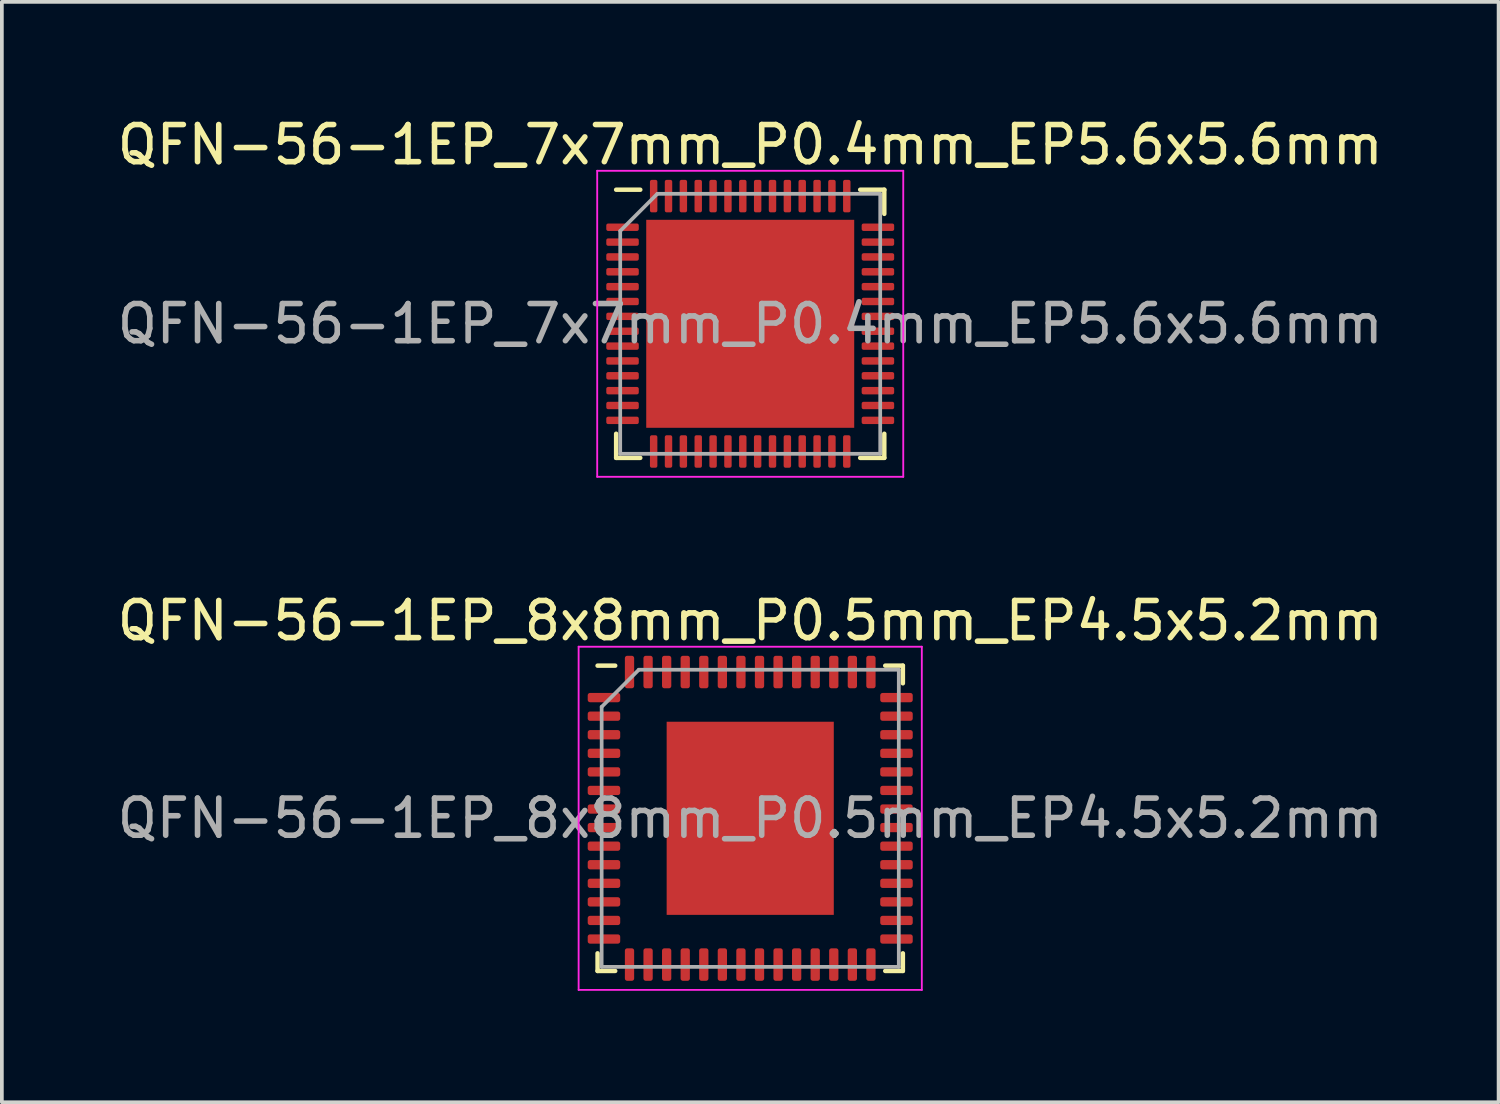
<source format=kicad_pcb>
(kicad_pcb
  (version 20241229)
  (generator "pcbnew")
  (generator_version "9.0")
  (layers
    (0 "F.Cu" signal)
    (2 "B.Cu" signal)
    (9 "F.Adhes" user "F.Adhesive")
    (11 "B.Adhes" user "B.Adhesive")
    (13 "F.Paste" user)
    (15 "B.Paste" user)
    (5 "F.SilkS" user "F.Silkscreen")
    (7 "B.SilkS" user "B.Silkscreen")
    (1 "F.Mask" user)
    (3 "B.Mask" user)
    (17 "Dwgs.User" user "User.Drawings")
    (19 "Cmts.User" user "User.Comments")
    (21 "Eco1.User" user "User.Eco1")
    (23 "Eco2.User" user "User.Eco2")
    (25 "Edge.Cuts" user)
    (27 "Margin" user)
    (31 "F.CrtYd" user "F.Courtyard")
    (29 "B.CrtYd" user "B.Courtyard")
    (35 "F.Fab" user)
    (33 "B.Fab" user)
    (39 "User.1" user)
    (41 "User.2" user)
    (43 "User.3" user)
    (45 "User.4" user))
  (footprint "QFN-56-1EP_8x8mm_P0.5mm_EP4.5x5.2mm"
    (layer "F.Cu")
    (at 17.149 18.982)
    (property "Reference" "QFN-56-1EP_8x8mm_P0.5mm_EP4.5x5.2mm" (at 0 -5.32 0) (layer "F.SilkS") (effects (font (size 1 1) (thickness 0.15))))
    (attr smd)
    (fp_line (start -4.11 4.11) (end -4.11 3.635) (stroke (width 0.12) (type solid)) (layer "F.SilkS"))
    (fp_line (start -3.635 -4.11) (end -4.11 -4.11) (stroke (width 0.12) (type solid)) (layer "F.SilkS"))
    (fp_line (start -3.635 4.11) (end -4.11 4.11) (stroke (width 0.12) (type solid)) (layer "F.SilkS"))
    (fp_line (start 3.635 -4.11) (end 4.11 -4.11) (stroke (width 0.12) (type solid)) (layer "F.SilkS"))
    (fp_line (start 3.635 4.11) (end 4.11 4.11) (stroke (width 0.12) (type solid)) (layer "F.SilkS"))
    (fp_line (start 4.11 -4.11) (end 4.11 -3.635) (stroke (width 0.12) (type solid)) (layer "F.SilkS"))
    (fp_line (start 4.11 4.11) (end 4.11 3.635) (stroke (width 0.12) (type solid)) (layer "F.SilkS"))
    (fp_line (start -4.62 -4.62) (end -4.62 4.62) (stroke (width 0.05) (type solid)) (layer "F.CrtYd"))
    (fp_line (start -4.62 4.62) (end 4.62 4.62) (stroke (width 0.05) (type solid)) (layer "F.CrtYd"))
    (fp_line (start 4.62 -4.62) (end -4.62 -4.62) (stroke (width 0.05) (type solid)) (layer "F.CrtYd"))
    (fp_line (start 4.62 4.62) (end 4.62 -4.62) (stroke (width 0.05) (type solid)) (layer "F.CrtYd"))
    (fp_line (start -4 -3) (end -3 -4) (stroke (width 0.1) (type solid)) (layer "F.Fab"))
    (fp_line (start -4 4) (end -4 -3) (stroke (width 0.1) (type solid)) (layer "F.Fab"))
    (fp_line (start -3 -4) (end 4 -4) (stroke (width 0.1) (type solid)) (layer "F.Fab"))
    (fp_line (start 4 -4) (end 4 4) (stroke (width 0.1) (type solid)) (layer "F.Fab"))
    (fp_line (start 4 4) (end -4 4) (stroke (width 0.1) (type solid)) (layer "F.Fab"))
    (fp_text user "${REFERENCE}" (at 0 0 0) (layer "F.Fab") (effects (font (size 1 1) (thickness 0.15))))
    (pad "" smd roundrect (at -1.68 -1.95) (size 0.91 1.05) (layers "F.Paste") (roundrect_rratio 0.25))
    (pad "" smd roundrect (at -1.68 -0.65) (size 0.91 1.05) (layers "F.Paste") (roundrect_rratio 0.25))
    (pad "" smd roundrect (at -1.68 0.65) (size 0.91 1.05) (layers "F.Paste") (roundrect_rratio 0.25))
    (pad "" smd roundrect (at -1.68 1.95) (size 0.91 1.05) (layers "F.Paste") (roundrect_rratio 0.25))
    (pad "" smd roundrect (at -0.56 -1.95) (size 0.91 1.05) (layers "F.Paste") (roundrect_rratio 0.25))
    (pad "" smd roundrect (at -0.56 -0.65) (size 0.91 1.05) (layers "F.Paste") (roundrect_rratio 0.25))
    (pad "" smd roundrect (at -0.56 0.65) (size 0.91 1.05) (layers "F.Paste") (roundrect_rratio 0.25))
    (pad "" smd roundrect (at -0.56 1.95) (size 0.91 1.05) (layers "F.Paste") (roundrect_rratio 0.25))
    (pad "" smd roundrect (at 0.56 -1.95) (size 0.91 1.05) (layers "F.Paste") (roundrect_rratio 0.25))
    (pad "" smd roundrect (at 0.56 -0.65) (size 0.91 1.05) (layers "F.Paste") (roundrect_rratio 0.25))
    (pad "" smd roundrect (at 0.56 0.65) (size 0.91 1.05) (layers "F.Paste") (roundrect_rratio 0.25))
    (pad "" smd roundrect (at 0.56 1.95) (size 0.91 1.05) (layers "F.Paste") (roundrect_rratio 0.25))
    (pad "" smd roundrect (at 1.68 -1.95) (size 0.91 1.05) (layers "F.Paste") (roundrect_rratio 0.25))
    (pad "" smd roundrect (at 1.68 -0.65) (size 0.91 1.05) (layers "F.Paste") (roundrect_rratio 0.25))
    (pad "" smd roundrect (at 1.68 0.65) (size 0.91 1.05) (layers "F.Paste") (roundrect_rratio 0.25))
    (pad "" smd roundrect (at 1.68 1.95) (size 0.91 1.05) (layers "F.Paste") (roundrect_rratio 0.25))
    (pad "1" smd roundrect (at -3.938 -3.25) (size 0.875 0.25) (layers "F.Cu" "F.Mask" "F.Paste") (roundrect_rratio 0.25))
    (pad "2" smd roundrect (at -3.938 -2.75) (size 0.875 0.25) (layers "F.Cu" "F.Mask" "F.Paste") (roundrect_rratio 0.25))
    (pad "3" smd roundrect (at -3.938 -2.25) (size 0.875 0.25) (layers "F.Cu" "F.Mask" "F.Paste") (roundrect_rratio 0.25))
    (pad "4" smd roundrect (at -3.938 -1.75) (size 0.875 0.25) (layers "F.Cu" "F.Mask" "F.Paste") (roundrect_rratio 0.25))
    (pad "5" smd roundrect (at -3.938 -1.25) (size 0.875 0.25) (layers "F.Cu" "F.Mask" "F.Paste") (roundrect_rratio 0.25))
    (pad "6" smd roundrect (at -3.938 -0.75) (size 0.875 0.25) (layers "F.Cu" "F.Mask" "F.Paste") (roundrect_rratio 0.25))
    (pad "7" smd roundrect (at -3.938 -0.25) (size 0.875 0.25) (layers "F.Cu" "F.Mask" "F.Paste") (roundrect_rratio 0.25))
    (pad "8" smd roundrect (at -3.938 0.25) (size 0.875 0.25) (layers "F.Cu" "F.Mask" "F.Paste") (roundrect_rratio 0.25))
    (pad "9" smd roundrect (at -3.938 0.75) (size 0.875 0.25) (layers "F.Cu" "F.Mask" "F.Paste") (roundrect_rratio 0.25))
    (pad "10" smd roundrect (at -3.938 1.25) (size 0.875 0.25) (layers "F.Cu" "F.Mask" "F.Paste") (roundrect_rratio 0.25))
    (pad "11" smd roundrect (at -3.938 1.75) (size 0.875 0.25) (layers "F.Cu" "F.Mask" "F.Paste") (roundrect_rratio 0.25))
    (pad "12" smd roundrect (at -3.938 2.25) (size 0.875 0.25) (layers "F.Cu" "F.Mask" "F.Paste") (roundrect_rratio 0.25))
    (pad "13" smd roundrect (at -3.938 2.75) (size 0.875 0.25) (layers "F.Cu" "F.Mask" "F.Paste") (roundrect_rratio 0.25))
    (pad "14" smd roundrect (at -3.938 3.25) (size 0.875 0.25) (layers "F.Cu" "F.Mask" "F.Paste") (roundrect_rratio 0.25))
    (pad "15" smd roundrect (at -3.25 3.938) (size 0.25 0.875) (layers "F.Cu" "F.Mask" "F.Paste") (roundrect_rratio 0.25))
    (pad "16" smd roundrect (at -2.75 3.938) (size 0.25 0.875) (layers "F.Cu" "F.Mask" "F.Paste") (roundrect_rratio 0.25))
    (pad "17" smd roundrect (at -2.25 3.938) (size 0.25 0.875) (layers "F.Cu" "F.Mask" "F.Paste") (roundrect_rratio 0.25))
    (pad "18" smd roundrect (at -1.75 3.938) (size 0.25 0.875) (layers "F.Cu" "F.Mask" "F.Paste") (roundrect_rratio 0.25))
    (pad "19" smd roundrect (at -1.25 3.938) (size 0.25 0.875) (layers "F.Cu" "F.Mask" "F.Paste") (roundrect_rratio 0.25))
    (pad "20" smd roundrect (at -0.75 3.938) (size 0.25 0.875) (layers "F.Cu" "F.Mask" "F.Paste") (roundrect_rratio 0.25))
    (pad "21" smd roundrect (at -0.25 3.938) (size 0.25 0.875) (layers "F.Cu" "F.Mask" "F.Paste") (roundrect_rratio 0.25))
    (pad "22" smd roundrect (at 0.25 3.938) (size 0.25 0.875) (layers "F.Cu" "F.Mask" "F.Paste") (roundrect_rratio 0.25))
    (pad "23" smd roundrect (at 0.75 3.938) (size 0.25 0.875) (layers "F.Cu" "F.Mask" "F.Paste") (roundrect_rratio 0.25))
    (pad "24" smd roundrect (at 1.25 3.938) (size 0.25 0.875) (layers "F.Cu" "F.Mask" "F.Paste") (roundrect_rratio 0.25))
    (pad "25" smd roundrect (at 1.75 3.938) (size 0.25 0.875) (layers "F.Cu" "F.Mask" "F.Paste") (roundrect_rratio 0.25))
    (pad "26" smd roundrect (at 2.25 3.938) (size 0.25 0.875) (layers "F.Cu" "F.Mask" "F.Paste") (roundrect_rratio 0.25))
    (pad "27" smd roundrect (at 2.75 3.938) (size 0.25 0.875) (layers "F.Cu" "F.Mask" "F.Paste") (roundrect_rratio 0.25))
    (pad "28" smd roundrect (at 3.25 3.938) (size 0.25 0.875) (layers "F.Cu" "F.Mask" "F.Paste") (roundrect_rratio 0.25))
    (pad "29" smd roundrect (at 3.938 3.25) (size 0.875 0.25) (layers "F.Cu" "F.Mask" "F.Paste") (roundrect_rratio 0.25))
    (pad "30" smd roundrect (at 3.938 2.75) (size 0.875 0.25) (layers "F.Cu" "F.Mask" "F.Paste") (roundrect_rratio 0.25))
    (pad "31" smd roundrect (at 3.938 2.25) (size 0.875 0.25) (layers "F.Cu" "F.Mask" "F.Paste") (roundrect_rratio 0.25))
    (pad "32" smd roundrect (at 3.938 1.75) (size 0.875 0.25) (layers "F.Cu" "F.Mask" "F.Paste") (roundrect_rratio 0.25))
    (pad "33" smd roundrect (at 3.938 1.25) (size 0.875 0.25) (layers "F.Cu" "F.Mask" "F.Paste") (roundrect_rratio 0.25))
    (pad "34" smd roundrect (at 3.938 0.75) (size 0.875 0.25) (layers "F.Cu" "F.Mask" "F.Paste") (roundrect_rratio 0.25))
    (pad "35" smd roundrect (at 3.938 0.25) (size 0.875 0.25) (layers "F.Cu" "F.Mask" "F.Paste") (roundrect_rratio 0.25))
    (pad "36" smd roundrect (at 3.938 -0.25) (size 0.875 0.25) (layers "F.Cu" "F.Mask" "F.Paste") (roundrect_rratio 0.25))
    (pad "37" smd roundrect (at 3.938 -0.75) (size 0.875 0.25) (layers "F.Cu" "F.Mask" "F.Paste") (roundrect_rratio 0.25))
    (pad "38" smd roundrect (at 3.938 -1.25) (size 0.875 0.25) (layers "F.Cu" "F.Mask" "F.Paste") (roundrect_rratio 0.25))
    (pad "39" smd roundrect (at 3.938 -1.75) (size 0.875 0.25) (layers "F.Cu" "F.Mask" "F.Paste") (roundrect_rratio 0.25))
    (pad "40" smd roundrect (at 3.938 -2.25) (size 0.875 0.25) (layers "F.Cu" "F.Mask" "F.Paste") (roundrect_rratio 0.25))
    (pad "41" smd roundrect (at 3.938 -2.75) (size 0.875 0.25) (layers "F.Cu" "F.Mask" "F.Paste") (roundrect_rratio 0.25))
    (pad "42" smd roundrect (at 3.938 -3.25) (size 0.875 0.25) (layers "F.Cu" "F.Mask" "F.Paste") (roundrect_rratio 0.25))
    (pad "43" smd roundrect (at 3.25 -3.938) (size 0.25 0.875) (layers "F.Cu" "F.Mask" "F.Paste") (roundrect_rratio 0.25))
    (pad "44" smd roundrect (at 2.75 -3.938) (size 0.25 0.875) (layers "F.Cu" "F.Mask" "F.Paste") (roundrect_rratio 0.25))
    (pad "45" smd roundrect (at 2.25 -3.938) (size 0.25 0.875) (layers "F.Cu" "F.Mask" "F.Paste") (roundrect_rratio 0.25))
    (pad "46" smd roundrect (at 1.75 -3.938) (size 0.25 0.875) (layers "F.Cu" "F.Mask" "F.Paste") (roundrect_rratio 0.25))
    (pad "47" smd roundrect (at 1.25 -3.938) (size 0.25 0.875) (layers "F.Cu" "F.Mask" "F.Paste") (roundrect_rratio 0.25))
    (pad "48" smd roundrect (at 0.75 -3.938) (size 0.25 0.875) (layers "F.Cu" "F.Mask" "F.Paste") (roundrect_rratio 0.25))
    (pad "49" smd roundrect (at 0.25 -3.938) (size 0.25 0.875) (layers "F.Cu" "F.Mask" "F.Paste") (roundrect_rratio 0.25))
    (pad "50" smd roundrect (at -0.25 -3.938) (size 0.25 0.875) (layers "F.Cu" "F.Mask" "F.Paste") (roundrect_rratio 0.25))
    (pad "51" smd roundrect (at -0.75 -3.938) (size 0.25 0.875) (layers "F.Cu" "F.Mask" "F.Paste") (roundrect_rratio 0.25))
    (pad "52" smd roundrect (at -1.25 -3.938) (size 0.25 0.875) (layers "F.Cu" "F.Mask" "F.Paste") (roundrect_rratio 0.25))
    (pad "53" smd roundrect (at -1.75 -3.938) (size 0.25 0.875) (layers "F.Cu" "F.Mask" "F.Paste") (roundrect_rratio 0.25))
    (pad "54" smd roundrect (at -2.25 -3.938) (size 0.25 0.875) (layers "F.Cu" "F.Mask" "F.Paste") (roundrect_rratio 0.25))
    (pad "55" smd roundrect (at -2.75 -3.938) (size 0.25 0.875) (layers "F.Cu" "F.Mask" "F.Paste") (roundrect_rratio 0.25))
    (pad "56" smd roundrect (at -3.25 -3.938) (size 0.25 0.875) (layers "F.Cu" "F.Mask" "F.Paste") (roundrect_rratio 0.25))
    (pad "57" smd rect (at 0 0) (size 4.5 5.2) (layers "F.Cu" "F.Mask")))
  (footprint "QFN-56-1EP_7x7mm_P0.4mm_EP5.6x5.6mm"
    (layer "F.Cu")
    (at 17.149 5.668)
    (property "Reference" "QFN-56-1EP_7x7mm_P0.4mm_EP5.6x5.6mm" (at 0 -4.82 0) (layer "F.SilkS") (effects (font (size 1 1) (thickness 0.15))))
    (attr smd)
    (fp_line (start -3.61 3.61) (end -3.61 2.96) (stroke (width 0.12) (type solid)) (layer "F.SilkS"))
    (fp_line (start -2.96 -3.61) (end -3.61 -3.61) (stroke (width 0.12) (type solid)) (layer "F.SilkS"))
    (fp_line (start -2.96 3.61) (end -3.61 3.61) (stroke (width 0.12) (type solid)) (layer "F.SilkS"))
    (fp_line (start 2.96 -3.61) (end 3.61 -3.61) (stroke (width 0.12) (type solid)) (layer "F.SilkS"))
    (fp_line (start 2.96 3.61) (end 3.61 3.61) (stroke (width 0.12) (type solid)) (layer "F.SilkS"))
    (fp_line (start 3.61 -3.61) (end 3.61 -2.96) (stroke (width 0.12) (type solid)) (layer "F.SilkS"))
    (fp_line (start 3.61 3.61) (end 3.61 2.96) (stroke (width 0.12) (type solid)) (layer "F.SilkS"))
    (fp_line (start -4.12 -4.12) (end -4.12 4.12) (stroke (width 0.05) (type solid)) (layer "F.CrtYd"))
    (fp_line (start -4.12 4.12) (end 4.12 4.12) (stroke (width 0.05) (type solid)) (layer "F.CrtYd"))
    (fp_line (start 4.12 -4.12) (end -4.12 -4.12) (stroke (width 0.05) (type solid)) (layer "F.CrtYd"))
    (fp_line (start 4.12 4.12) (end 4.12 -4.12) (stroke (width 0.05) (type solid)) (layer "F.CrtYd"))
    (fp_line (start -3.5 -2.5) (end -2.5 -3.5) (stroke (width 0.1) (type solid)) (layer "F.Fab"))
    (fp_line (start -3.5 3.5) (end -3.5 -2.5) (stroke (width 0.1) (type solid)) (layer "F.Fab"))
    (fp_line (start -2.5 -3.5) (end 3.5 -3.5) (stroke (width 0.1) (type solid)) (layer "F.Fab"))
    (fp_line (start 3.5 -3.5) (end 3.5 3.5) (stroke (width 0.1) (type solid)) (layer "F.Fab"))
    (fp_line (start 3.5 3.5) (end -3.5 3.5) (stroke (width 0.1) (type solid)) (layer "F.Fab"))
    (fp_text user "${REFERENCE}" (at 0 0 0) (layer "F.Fab") (effects (font (size 1 1) (thickness 0.15))))
    (pad "" smd roundrect (at -2.1 -2.1) (size 1.13 1.13) (layers "F.Paste") (roundrect_rratio 0.221))
    (pad "" smd roundrect (at -2.1 -0.7) (size 1.13 1.13) (layers "F.Paste") (roundrect_rratio 0.221))
    (pad "" smd roundrect (at -2.1 0.7) (size 1.13 1.13) (layers "F.Paste") (roundrect_rratio 0.221))
    (pad "" smd roundrect (at -2.1 2.1) (size 1.13 1.13) (layers "F.Paste") (roundrect_rratio 0.221))
    (pad "" smd roundrect (at -0.7 -2.1) (size 1.13 1.13) (layers "F.Paste") (roundrect_rratio 0.221))
    (pad "" smd roundrect (at -0.7 -0.7) (size 1.13 1.13) (layers "F.Paste") (roundrect_rratio 0.221))
    (pad "" smd roundrect (at -0.7 0.7) (size 1.13 1.13) (layers "F.Paste") (roundrect_rratio 0.221))
    (pad "" smd roundrect (at -0.7 2.1) (size 1.13 1.13) (layers "F.Paste") (roundrect_rratio 0.221))
    (pad "" smd roundrect (at 0.7 -2.1) (size 1.13 1.13) (layers "F.Paste") (roundrect_rratio 0.221))
    (pad "" smd roundrect (at 0.7 -0.7) (size 1.13 1.13) (layers "F.Paste") (roundrect_rratio 0.221))
    (pad "" smd roundrect (at 0.7 0.7) (size 1.13 1.13) (layers "F.Paste") (roundrect_rratio 0.221))
    (pad "" smd roundrect (at 0.7 2.1) (size 1.13 1.13) (layers "F.Paste") (roundrect_rratio 0.221))
    (pad "" smd roundrect (at 2.1 -2.1) (size 1.13 1.13) (layers "F.Paste") (roundrect_rratio 0.221))
    (pad "" smd roundrect (at 2.1 -0.7) (size 1.13 1.13) (layers "F.Paste") (roundrect_rratio 0.221))
    (pad "" smd roundrect (at 2.1 0.7) (size 1.13 1.13) (layers "F.Paste") (roundrect_rratio 0.221))
    (pad "" smd roundrect (at 2.1 2.1) (size 1.13 1.13) (layers "F.Paste") (roundrect_rratio 0.221))
    (pad "1" smd roundrect (at -3.438 -2.6) (size 0.875 0.2) (layers "F.Cu" "F.Mask" "F.Paste") (roundrect_rratio 0.25))
    (pad "2" smd roundrect (at -3.438 -2.2) (size 0.875 0.2) (layers "F.Cu" "F.Mask" "F.Paste") (roundrect_rratio 0.25))
    (pad "3" smd roundrect (at -3.438 -1.8) (size 0.875 0.2) (layers "F.Cu" "F.Mask" "F.Paste") (roundrect_rratio 0.25))
    (pad "4" smd roundrect (at -3.438 -1.4) (size 0.875 0.2) (layers "F.Cu" "F.Mask" "F.Paste") (roundrect_rratio 0.25))
    (pad "5" smd roundrect (at -3.438 -1) (size 0.875 0.2) (layers "F.Cu" "F.Mask" "F.Paste") (roundrect_rratio 0.25))
    (pad "6" smd roundrect (at -3.438 -0.6) (size 0.875 0.2) (layers "F.Cu" "F.Mask" "F.Paste") (roundrect_rratio 0.25))
    (pad "7" smd roundrect (at -3.438 -0.2) (size 0.875 0.2) (layers "F.Cu" "F.Mask" "F.Paste") (roundrect_rratio 0.25))
    (pad "8" smd roundrect (at -3.438 0.2) (size 0.875 0.2) (layers "F.Cu" "F.Mask" "F.Paste") (roundrect_rratio 0.25))
    (pad "9" smd roundrect (at -3.438 0.6) (size 0.875 0.2) (layers "F.Cu" "F.Mask" "F.Paste") (roundrect_rratio 0.25))
    (pad "10" smd roundrect (at -3.438 1) (size 0.875 0.2) (layers "F.Cu" "F.Mask" "F.Paste") (roundrect_rratio 0.25))
    (pad "11" smd roundrect (at -3.438 1.4) (size 0.875 0.2) (layers "F.Cu" "F.Mask" "F.Paste") (roundrect_rratio 0.25))
    (pad "12" smd roundrect (at -3.438 1.8) (size 0.875 0.2) (layers "F.Cu" "F.Mask" "F.Paste") (roundrect_rratio 0.25))
    (pad "13" smd roundrect (at -3.438 2.2) (size 0.875 0.2) (layers "F.Cu" "F.Mask" "F.Paste") (roundrect_rratio 0.25))
    (pad "14" smd roundrect (at -3.438 2.6) (size 0.875 0.2) (layers "F.Cu" "F.Mask" "F.Paste") (roundrect_rratio 0.25))
    (pad "15" smd roundrect (at -2.6 3.438) (size 0.2 0.875) (layers "F.Cu" "F.Mask" "F.Paste") (roundrect_rratio 0.25))
    (pad "16" smd roundrect (at -2.2 3.438) (size 0.2 0.875) (layers "F.Cu" "F.Mask" "F.Paste") (roundrect_rratio 0.25))
    (pad "17" smd roundrect (at -1.8 3.438) (size 0.2 0.875) (layers "F.Cu" "F.Mask" "F.Paste") (roundrect_rratio 0.25))
    (pad "18" smd roundrect (at -1.4 3.438) (size 0.2 0.875) (layers "F.Cu" "F.Mask" "F.Paste") (roundrect_rratio 0.25))
    (pad "19" smd roundrect (at -1 3.438) (size 0.2 0.875) (layers "F.Cu" "F.Mask" "F.Paste") (roundrect_rratio 0.25))
    (pad "20" smd roundrect (at -0.6 3.438) (size 0.2 0.875) (layers "F.Cu" "F.Mask" "F.Paste") (roundrect_rratio 0.25))
    (pad "21" smd roundrect (at -0.2 3.438) (size 0.2 0.875) (layers "F.Cu" "F.Mask" "F.Paste") (roundrect_rratio 0.25))
    (pad "22" smd roundrect (at 0.2 3.438) (size 0.2 0.875) (layers "F.Cu" "F.Mask" "F.Paste") (roundrect_rratio 0.25))
    (pad "23" smd roundrect (at 0.6 3.438) (size 0.2 0.875) (layers "F.Cu" "F.Mask" "F.Paste") (roundrect_rratio 0.25))
    (pad "24" smd roundrect (at 1 3.438) (size 0.2 0.875) (layers "F.Cu" "F.Mask" "F.Paste") (roundrect_rratio 0.25))
    (pad "25" smd roundrect (at 1.4 3.438) (size 0.2 0.875) (layers "F.Cu" "F.Mask" "F.Paste") (roundrect_rratio 0.25))
    (pad "26" smd roundrect (at 1.8 3.438) (size 0.2 0.875) (layers "F.Cu" "F.Mask" "F.Paste") (roundrect_rratio 0.25))
    (pad "27" smd roundrect (at 2.2 3.438) (size 0.2 0.875) (layers "F.Cu" "F.Mask" "F.Paste") (roundrect_rratio 0.25))
    (pad "28" smd roundrect (at 2.6 3.438) (size 0.2 0.875) (layers "F.Cu" "F.Mask" "F.Paste") (roundrect_rratio 0.25))
    (pad "29" smd roundrect (at 3.438 2.6) (size 0.875 0.2) (layers "F.Cu" "F.Mask" "F.Paste") (roundrect_rratio 0.25))
    (pad "30" smd roundrect (at 3.438 2.2) (size 0.875 0.2) (layers "F.Cu" "F.Mask" "F.Paste") (roundrect_rratio 0.25))
    (pad "31" smd roundrect (at 3.438 1.8) (size 0.875 0.2) (layers "F.Cu" "F.Mask" "F.Paste") (roundrect_rratio 0.25))
    (pad "32" smd roundrect (at 3.438 1.4) (size 0.875 0.2) (layers "F.Cu" "F.Mask" "F.Paste") (roundrect_rratio 0.25))
    (pad "33" smd roundrect (at 3.438 1) (size 0.875 0.2) (layers "F.Cu" "F.Mask" "F.Paste") (roundrect_rratio 0.25))
    (pad "34" smd roundrect (at 3.438 0.6) (size 0.875 0.2) (layers "F.Cu" "F.Mask" "F.Paste") (roundrect_rratio 0.25))
    (pad "35" smd roundrect (at 3.438 0.2) (size 0.875 0.2) (layers "F.Cu" "F.Mask" "F.Paste") (roundrect_rratio 0.25))
    (pad "36" smd roundrect (at 3.438 -0.2) (size 0.875 0.2) (layers "F.Cu" "F.Mask" "F.Paste") (roundrect_rratio 0.25))
    (pad "37" smd roundrect (at 3.438 -0.6) (size 0.875 0.2) (layers "F.Cu" "F.Mask" "F.Paste") (roundrect_rratio 0.25))
    (pad "38" smd roundrect (at 3.438 -1) (size 0.875 0.2) (layers "F.Cu" "F.Mask" "F.Paste") (roundrect_rratio 0.25))
    (pad "39" smd roundrect (at 3.438 -1.4) (size 0.875 0.2) (layers "F.Cu" "F.Mask" "F.Paste") (roundrect_rratio 0.25))
    (pad "40" smd roundrect (at 3.438 -1.8) (size 0.875 0.2) (layers "F.Cu" "F.Mask" "F.Paste") (roundrect_rratio 0.25))
    (pad "41" smd roundrect (at 3.438 -2.2) (size 0.875 0.2) (layers "F.Cu" "F.Mask" "F.Paste") (roundrect_rratio 0.25))
    (pad "42" smd roundrect (at 3.438 -2.6) (size 0.875 0.2) (layers "F.Cu" "F.Mask" "F.Paste") (roundrect_rratio 0.25))
    (pad "43" smd roundrect (at 2.6 -3.438) (size 0.2 0.875) (layers "F.Cu" "F.Mask" "F.Paste") (roundrect_rratio 0.25))
    (pad "44" smd roundrect (at 2.2 -3.438) (size 0.2 0.875) (layers "F.Cu" "F.Mask" "F.Paste") (roundrect_rratio 0.25))
    (pad "45" smd roundrect (at 1.8 -3.438) (size 0.2 0.875) (layers "F.Cu" "F.Mask" "F.Paste") (roundrect_rratio 0.25))
    (pad "46" smd roundrect (at 1.4 -3.438) (size 0.2 0.875) (layers "F.Cu" "F.Mask" "F.Paste") (roundrect_rratio 0.25))
    (pad "47" smd roundrect (at 1 -3.438) (size 0.2 0.875) (layers "F.Cu" "F.Mask" "F.Paste") (roundrect_rratio 0.25))
    (pad "48" smd roundrect (at 0.6 -3.438) (size 0.2 0.875) (layers "F.Cu" "F.Mask" "F.Paste") (roundrect_rratio 0.25))
    (pad "49" smd roundrect (at 0.2 -3.438) (size 0.2 0.875) (layers "F.Cu" "F.Mask" "F.Paste") (roundrect_rratio 0.25))
    (pad "50" smd roundrect (at -0.2 -3.438) (size 0.2 0.875) (layers "F.Cu" "F.Mask" "F.Paste") (roundrect_rratio 0.25))
    (pad "51" smd roundrect (at -0.6 -3.438) (size 0.2 0.875) (layers "F.Cu" "F.Mask" "F.Paste") (roundrect_rratio 0.25))
    (pad "52" smd roundrect (at -1 -3.438) (size 0.2 0.875) (layers "F.Cu" "F.Mask" "F.Paste") (roundrect_rratio 0.25))
    (pad "53" smd roundrect (at -1.4 -3.438) (size 0.2 0.875) (layers "F.Cu" "F.Mask" "F.Paste") (roundrect_rratio 0.25))
    (pad "54" smd roundrect (at -1.8 -3.438) (size 0.2 0.875) (layers "F.Cu" "F.Mask" "F.Paste") (roundrect_rratio 0.25))
    (pad "55" smd roundrect (at -2.2 -3.438) (size 0.2 0.875) (layers "F.Cu" "F.Mask" "F.Paste") (roundrect_rratio 0.25))
    (pad "56" smd roundrect (at -2.6 -3.438) (size 0.2 0.875) (layers "F.Cu" "F.Mask" "F.Paste") (roundrect_rratio 0.25))
    (pad "57" smd rect (at 0 0) (size 5.6 5.6) (layers "F.Cu" "F.Mask")))
  (gr_rect
    (start -3 -3)
    (end 37.298 26.627)
    (stroke (width 0.1) (type default))
    (fill no)
    (layer "Edge.Cuts")))
</source>
